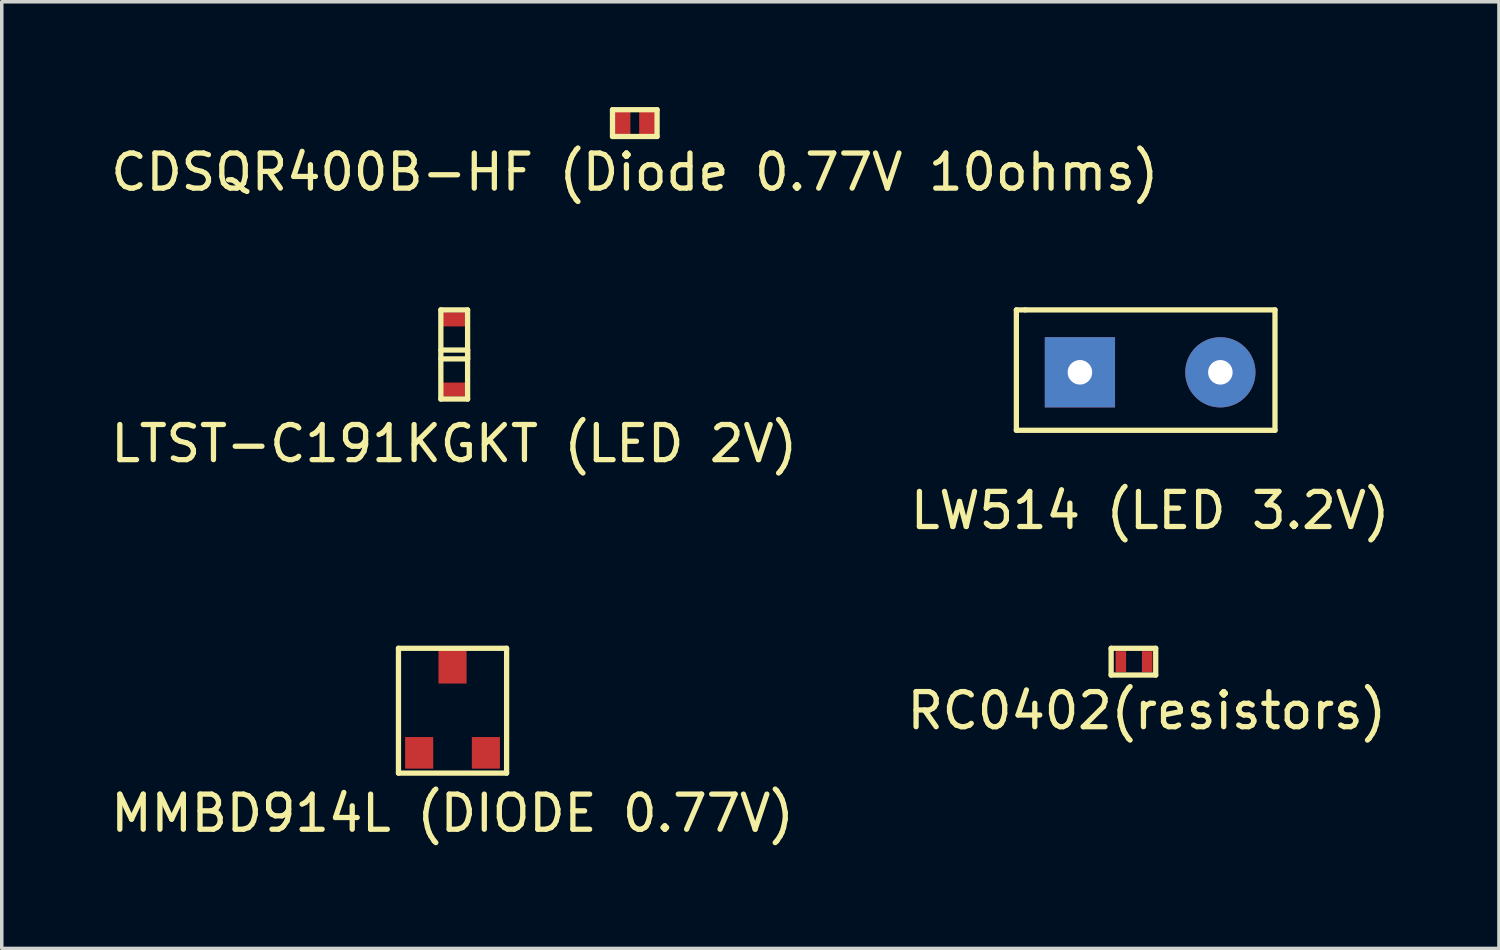
<source format=kicad_pcb>
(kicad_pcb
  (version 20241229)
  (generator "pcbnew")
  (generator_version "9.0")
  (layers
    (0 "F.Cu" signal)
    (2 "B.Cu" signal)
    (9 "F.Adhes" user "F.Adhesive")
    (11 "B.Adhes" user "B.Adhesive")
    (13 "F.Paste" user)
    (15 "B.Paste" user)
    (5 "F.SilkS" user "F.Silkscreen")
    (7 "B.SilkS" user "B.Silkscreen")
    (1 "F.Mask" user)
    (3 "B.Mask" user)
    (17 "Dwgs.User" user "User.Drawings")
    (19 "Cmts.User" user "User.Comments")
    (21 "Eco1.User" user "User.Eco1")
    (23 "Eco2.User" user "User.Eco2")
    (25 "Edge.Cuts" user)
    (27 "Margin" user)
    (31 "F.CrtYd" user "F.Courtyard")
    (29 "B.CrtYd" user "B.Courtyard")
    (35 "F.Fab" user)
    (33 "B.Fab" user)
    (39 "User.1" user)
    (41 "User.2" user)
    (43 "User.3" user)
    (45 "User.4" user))
  (footprint "LTST-C191KGKT (LED 2V)"
    (layer "F.Cu")
    (at 9.887 7.046)
    (property "Reference" "LTST-C191KGKT (LED 2V)" (at 0 2.54 0) (layer "F.SilkS") (effects (font (size 1 1) (thickness 0.15))))
    (attr through_hole)
    (fp_line (start -0.381 -1.27) (end 0.381 -1.27) (stroke (width 0.15) (type solid)) (layer "F.SilkS"))
    (fp_line (start -0.381 -0.127) (end 0.381 -0.127) (stroke (width 0.15) (type solid)) (layer "F.SilkS"))
    (fp_line (start -0.381 1.27) (end -0.381 -1.27) (stroke (width 0.15) (type solid)) (layer "F.SilkS"))
    (fp_line (start 0.381 -1.27) (end 0.381 1.27) (stroke (width 0.15) (type solid)) (layer "F.SilkS"))
    (fp_line (start 0.381 -0.127) (end 0.381 0.127) (stroke (width 0.15) (type solid)) (layer "F.SilkS"))
    (fp_line (start 0.381 0.127) (end -0.381 0.127) (stroke (width 0.15) (type solid)) (layer "F.SilkS"))
    (fp_line (start 0.381 1.27) (end -0.381 1.27) (stroke (width 0.15) (type solid)) (layer "F.SilkS"))
    (pad "1" smd rect (at 0 -1) (size 0.8 0.4) (layers "F.Cu" "F.Mask" "F.Paste"))
    (pad "2" smd rect (at 0 1) (size 0.8 0.4) (layers "F.Cu" "F.Mask" "F.Paste")))
  (footprint "LW514 (LED 3.2V)"
    (layer "F.Cu")
    (at 29.708 7.554)
    (property "Reference" "LW514 (LED 3.2V)" (at 0 3.937 0) (layer "F.SilkS") (effects (font (size 1 1) (thickness 0.15))))
    (attr through_hole)
    (fp_line (start -3.81 -1.778) (end -3.556 -1.778) (stroke (width 0.15) (type solid)) (layer "F.SilkS"))
    (fp_line (start -3.81 1.651) (end -3.81 -1.778) (stroke (width 0.15) (type solid)) (layer "F.SilkS"))
    (fp_line (start -3.556 -1.778) (end 3.556 -1.778) (stroke (width 0.15) (type solid)) (layer "F.SilkS"))
    (fp_line (start 3.556 -1.778) (end 3.556 1.651) (stroke (width 0.15) (type solid)) (layer "F.SilkS"))
    (fp_line (start 3.556 1.651) (end -3.81 1.651) (stroke (width 0.15) (type solid)) (layer "F.SilkS"))
    (pad "1" thru_hole circle (at 2 0) (size 2 2) (drill 0.7) (layers "*.Cu" "*.Mask"))
    (pad "2" thru_hole rect (at -2 0) (size 2 2) (drill 0.7) (layers "*.Cu" "*.Mask")))
  (footprint "MMBD914L (DIODE 0.77V)"
    (layer "F.Cu")
    (at 9.839 18.843)
    (property "Reference" "MMBD914L (DIODE 0.77V)" (at 0 1.27 0) (layer "F.SilkS") (effects (font (size 1 1) (thickness 0.15))))
    (attr through_hole)
    (fp_line (start -1.54 -3.429) (end 1.54 -3.429) (stroke (width 0.15) (type solid)) (layer "F.SilkS"))
    (fp_line (start -1.54 0.127) (end -1.54 -3.429) (stroke (width 0.15) (type solid)) (layer "F.SilkS"))
    (fp_line (start -1.54 0.127) (end 1.54 0.127) (stroke (width 0.15) (type solid)) (layer "F.SilkS"))
    (fp_line (start 1.54 -3.429) (end 1.54 0.127) (stroke (width 0.15) (type solid)) (layer "F.SilkS"))
    (pad "1" smd rect (at -0.95 -0.45) (size 0.8 0.9) (layers "F.Cu" "F.Mask" "F.Paste"))
    (pad "2" smd rect (at 0 -2.9) (size 0.8 0.95) (layers "F.Cu" "F.Mask" "F.Paste"))
    (pad "NC" smd rect (at 0.95 -0.45) (size 0.8 0.9) (layers "F.Cu" "F.Mask" "F.Paste")))
  (footprint "CDSQR400B-HF (Diode 0.77V 10ohms)"
    (layer "F.Cu")
    (at 15.03 0.456)
    (property "Reference" "CDSQR400B-HF (Diode 0.77V 10ohms)" (at 0 1.397 0) (layer "F.SilkS") (effects (font (size 1 1) (thickness 0.15))))
    (attr through_hole)
    (fp_line (start -0.635 -0.381) (end 0.635 -0.381) (stroke (width 0.15) (type solid)) (layer "F.SilkS"))
    (fp_line (start -0.635 0.381) (end -0.635 -0.381) (stroke (width 0.15) (type solid)) (layer "F.SilkS"))
    (fp_line (start 0.635 -0.381) (end 0.635 0.381) (stroke (width 0.15) (type solid)) (layer "F.SilkS"))
    (fp_line (start 0.635 0.381) (end -0.635 0.381) (stroke (width 0.15) (type solid)) (layer "F.SilkS"))
    (pad "1" smd rect (at -0.375 0) (size 0.5 0.7) (layers "F.Cu" "F.Mask" "F.Paste"))
    (pad "2" smd rect (at 0.375 0) (size 0.5 0.7) (layers "F.Cu" "F.Mask" "F.Paste")))
  (footprint "RC0402(resistors)"
    (layer "F.Cu")
    (at 28.724 15.796)
    (property "Reference" "RC0402(resistors)" (at 0.889 1.397 0) (layer "F.SilkS") (effects (font (size 1 1) (thickness 0.15))))
    (attr through_hole)
    (fp_line (start -0.127 -0.381) (end 1.143 -0.381) (stroke (width 0.15) (type solid)) (layer "F.SilkS"))
    (fp_line (start -0.127 0.381) (end -0.127 -0.381) (stroke (width 0.15) (type solid)) (layer "F.SilkS"))
    (fp_line (start 1.143 -0.381) (end 1.143 0.381) (stroke (width 0.15) (type solid)) (layer "F.SilkS"))
    (fp_line (start 1.143 0.381) (end -0.127 0.381) (stroke (width 0.15) (type solid)) (layer "F.SilkS"))
    (pad "1" smd rect (at 0.15 0) (size 0.3 0.6) (layers "F.Cu" "F.Mask" "F.Paste"))
    (pad "2" smd rect (at 0.9 0) (size 0.3 0.6) (layers "F.Cu" "F.Mask" "F.Paste")))
  (gr_rect
    (start -3 -3)
    (end 39.643 23.962)
    (stroke (width 0.1) (type default))
    (fill no)
    (layer "Edge.Cuts")))
</source>
